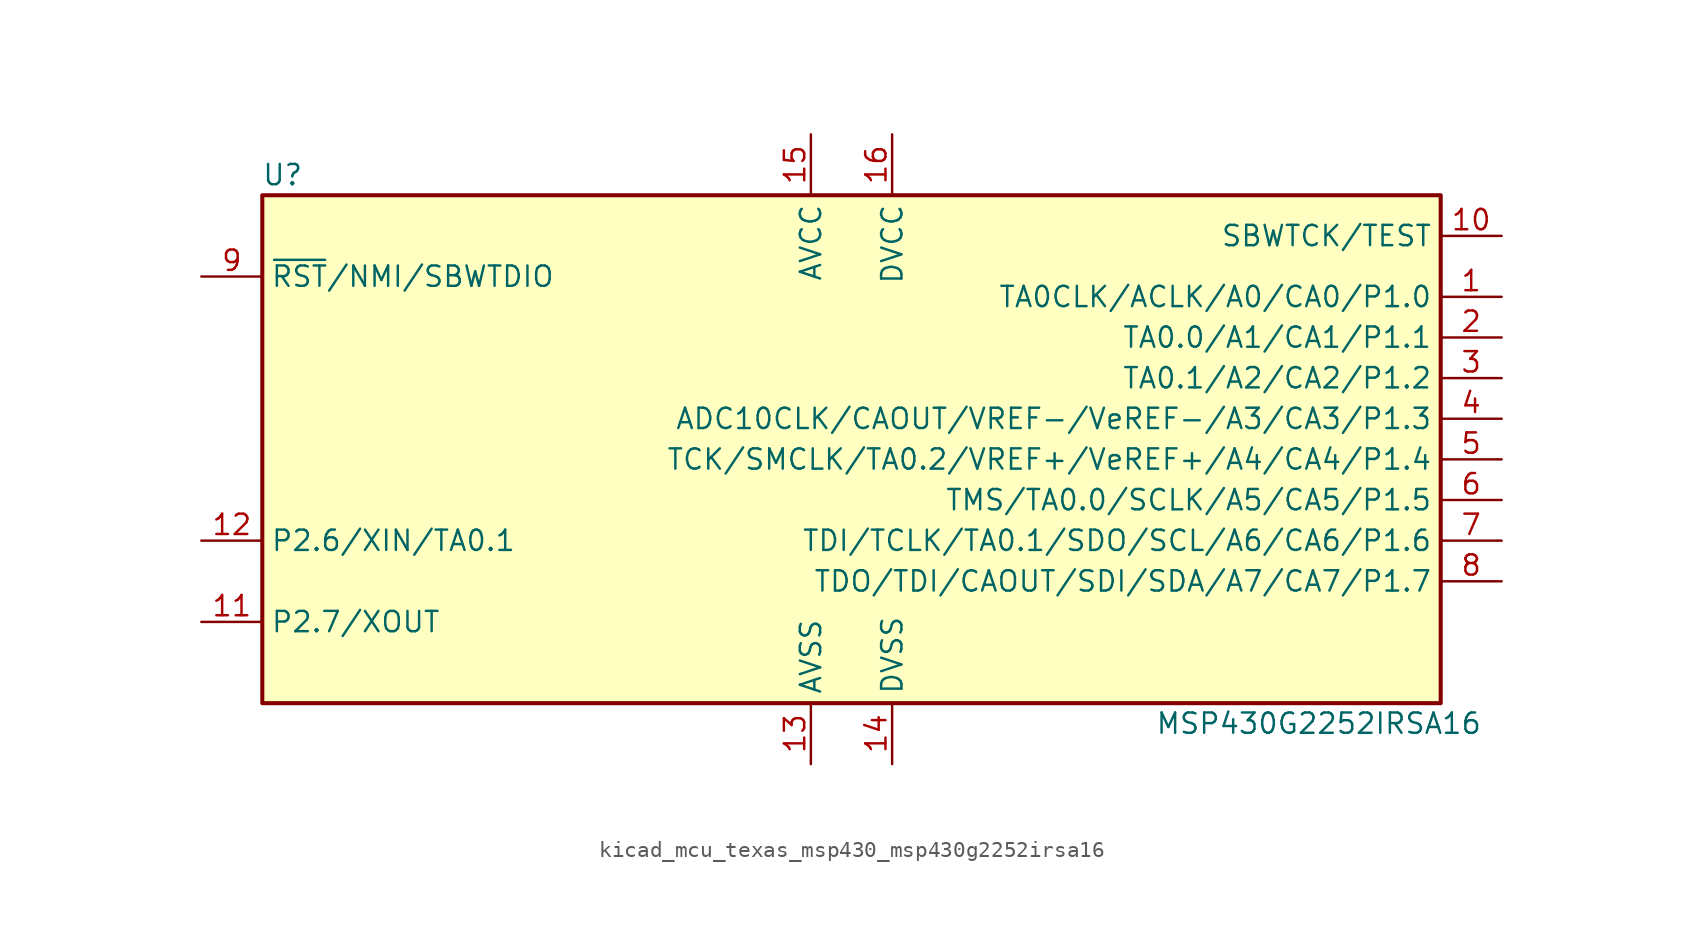
<source format=kicad_sym>
(kicad_symbol_lib
  (version 20220914)
  (generator kicad_symbol_editor)
  (symbol "kicad_mcu_texas_msp430_msp430g2252irsa16"
    (property "Reference" "U"
      (at -35.56 17.78 0)
      (effects (font (size 1.27 1.27))))
    (property "Value" "MSP430G2252IRSA16"
      (at 29.21 -16.51 0)
      (effects (font (size 1.27 1.27))))
    (symbol "kicad_mcu_texas_msp430_msp430g2252irsa16_0_1"
      (rectangle (start -36.83 16.51) (end 36.83 -15.24) (stroke (width 0.254) (type default)) (fill (type background))))
    (symbol "kicad_mcu_texas_msp430_msp430g2252irsa16_1_1"
      (pin bidirectional line (at 40.64 10.16 180) (length 3.81) (name "TA0CLK/ACLK/A0/CA0/P1.0" (effects (font (size 1.27 1.27)))) (number "1" (effects (font (size 1.27 1.27)))))
      (pin input line (at 40.64 13.97 180) (length 3.81) (name "SBWTCK/TEST" (effects (font (size 1.27 1.27)))) (number "10" (effects (font (size 1.27 1.27)))))
      (pin bidirectional line (at -40.64 -10.16 0) (length 3.81) (name "P2.7/XOUT" (effects (font (size 1.27 1.27)))) (number "11" (effects (font (size 1.27 1.27)))))
      (pin bidirectional line (at -40.64 -5.08 0) (length 3.81) (name "P2.6/XIN/TA0.1" (effects (font (size 1.27 1.27)))) (number "12" (effects (font (size 1.27 1.27)))))
      (pin power_in line (at -2.54 -19.05 90) (length 3.81) (name "AVSS" (effects (font (size 1.27 1.27)))) (number "13" (effects (font (size 1.27 1.27)))))
      (pin power_in line (at 2.54 -19.05 90) (length 3.81) (name "DVSS" (effects (font (size 1.27 1.27)))) (number "14" (effects (font (size 1.27 1.27)))))
      (pin power_in line (at -2.54 20.32 270) (length 3.81) (name "AVCC" (effects (font (size 1.27 1.27)))) (number "15" (effects (font (size 1.27 1.27)))))
      (pin power_in line (at 2.54 20.32 270) (length 3.81) (name "DVCC" (effects (font (size 1.27 1.27)))) (number "16" (effects (font (size 1.27 1.27)))))
      (pin bidirectional line (at 40.64 7.62 180) (length 3.81) (name "TA0.0/A1/CA1/P1.1" (effects (font (size 1.27 1.27)))) (number "2" (effects (font (size 1.27 1.27)))))
      (pin bidirectional line (at 40.64 5.08 180) (length 3.81) (name "TA0.1/A2/CA2/P1.2" (effects (font (size 1.27 1.27)))) (number "3" (effects (font (size 1.27 1.27)))))
      (pin bidirectional line (at 40.64 2.54 180) (length 3.81) (name "ADC10CLK/CAOUT/VREF-/VeREF-/A3/CA3/P1.3" (effects (font (size 1.27 1.27)))) (number "4" (effects (font (size 1.27 1.27)))))
      (pin bidirectional line (at 40.64 0 180) (length 3.81) (name "TCK/SMCLK/TA0.2/VREF+/VeREF+/A4/CA4/P1.4" (effects (font (size 1.27 1.27)))) (number "5" (effects (font (size 1.27 1.27)))))
      (pin bidirectional line (at 40.64 -2.54 180) (length 3.81) (name "TMS/TA0.0/SCLK/A5/CA5/P1.5" (effects (font (size 1.27 1.27)))) (number "6" (effects (font (size 1.27 1.27)))))
      (pin bidirectional line (at 40.64 -5.08 180) (length 3.81) (name "TDI/TCLK/TA0.1/SDO/SCL/A6/CA6/P1.6" (effects (font (size 1.27 1.27)))) (number "7" (effects (font (size 1.27 1.27)))))
      (pin bidirectional line (at 40.64 -7.62 180) (length 3.81) (name "TDO/TDI/CAOUT/SDI/SDA/A7/CA7/P1.7" (effects (font (size 1.27 1.27)))) (number "8" (effects (font (size 1.27 1.27)))))
      (pin input line (at -40.64 11.43 0) (length 3.81) (name "~{RST}/NMI/SBWTDIO" (effects (font (size 1.27 1.27)))) (number "9" (effects (font (size 1.27 1.27))))))))
</source>
